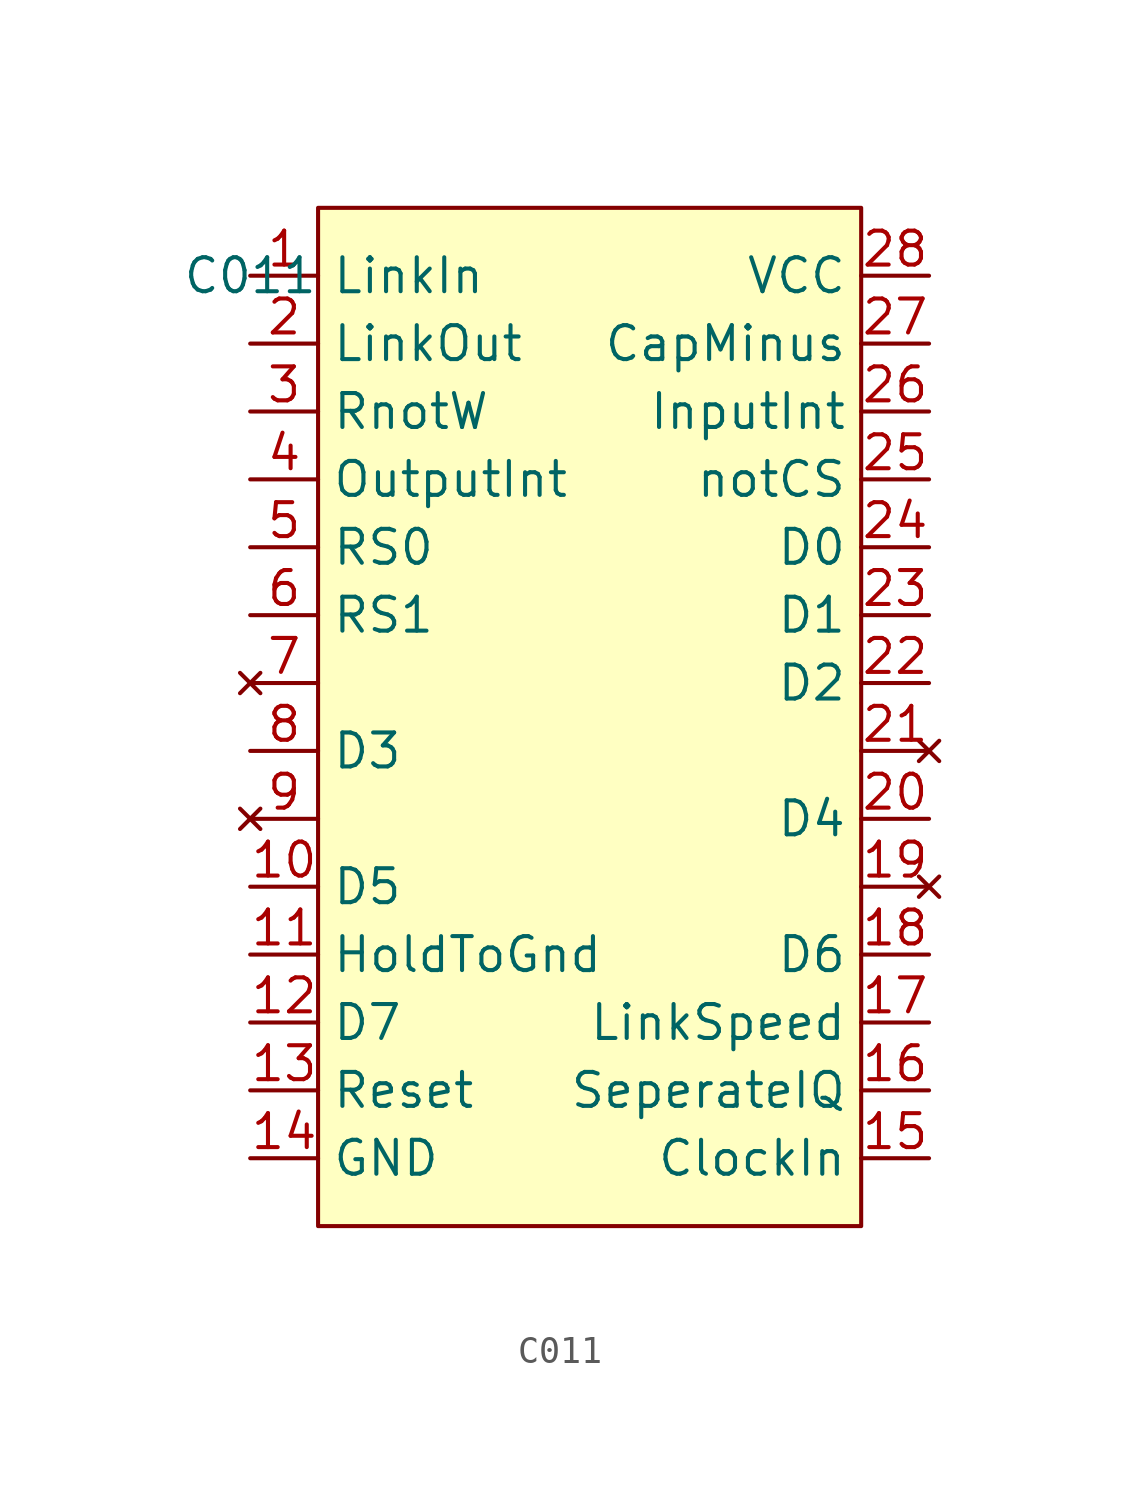
<source format=kicad_sym>
(kicad_symbol_lib
  (version 20211014)
  (generator kicad_symbol_editor)
  (symbol "C011"
    (property "Reference" "U"
      (at -12.7 17.78 0)
      (effects (font (size 1.27 1.27)) hide))
    (property "Value" "C011"
      (at -12.7 17.78 0)
      (effects (font (size 1.27 1.27))))
    (symbol "C011_0_0"
      (rectangle (start -10.16 20.32) (end 10.16 -17.78) (stroke (width 0) (type default) (color 0 0 0 0)) (fill (type background)))
      (pin input line (at -12.7 17.78 0) (length 2.54) (name "LinkIn" (effects (font (size 1.27 1.27)))) (number "1" (effects (font (size 1.27 1.27)))))
      (pin bidirectional line (at -12.7 -5.08 0) (length 2.54) (name "D5" (effects (font (size 1.27 1.27)))) (number "10" (effects (font (size 1.27 1.27)))))
      (pin power_in line (at -12.7 -7.62 0) (length 2.54) (name "HoldToGnd" (effects (font (size 1.27 1.27)))) (number "11" (effects (font (size 1.27 1.27)))))
      (pin bidirectional line (at -12.7 -10.16 0) (length 2.54) (name "D7" (effects (font (size 1.27 1.27)))) (number "12" (effects (font (size 1.27 1.27)))))
      (pin input line (at -12.7 -12.7 0) (length 2.54) (name "Reset" (effects (font (size 1.27 1.27)))) (number "13" (effects (font (size 1.27 1.27)))))
      (pin power_in line (at -12.7 -15.24 0) (length 2.54) (name "GND" (effects (font (size 1.27 1.27)))) (number "14" (effects (font (size 1.27 1.27)))))
      (pin input line (at 12.7 -15.24 180) (length 2.54) (name "ClockIn" (effects (font (size 1.27 1.27)))) (number "15" (effects (font (size 1.27 1.27)))))
      (pin input line (at 12.7 -12.7 180) (length 2.54) (name "SeperateIQ" (effects (font (size 1.27 1.27)))) (number "16" (effects (font (size 1.27 1.27)))))
      (pin passive line (at 12.7 -10.16 180) (length 2.54) (name "LinkSpeed" (effects (font (size 1.27 1.27)))) (number "17" (effects (font (size 1.27 1.27)))))
      (pin bidirectional line (at 12.7 -7.62 180) (length 2.54) (name "D6" (effects (font (size 1.27 1.27)))) (number "18" (effects (font (size 1.27 1.27)))))
      (pin no_connect line (at 12.7 -5.08 180) (length 2.54) (name "" (effects (font (size 1.27 1.27)))) (number "19" (effects (font (size 1.27 1.27)))))
      (pin output line (at -12.7 15.24 0) (length 2.54) (name "LinkOut" (effects (font (size 1.27 1.27)))) (number "2" (effects (font (size 1.27 1.27)))))
      (pin bidirectional line (at 12.7 -2.54 180) (length 2.54) (name "D4" (effects (font (size 1.27 1.27)))) (number "20" (effects (font (size 1.27 1.27)))))
      (pin no_connect line (at 12.7 0 180) (length 2.54) (name "" (effects (font (size 1.27 1.27)))) (number "21" (effects (font (size 1.27 1.27)))))
      (pin bidirectional line (at 12.7 2.54 180) (length 2.54) (name "D2" (effects (font (size 1.27 1.27)))) (number "22" (effects (font (size 1.27 1.27)))))
      (pin bidirectional line (at 12.7 5.08 180) (length 2.54) (name "D1" (effects (font (size 1.27 1.27)))) (number "23" (effects (font (size 1.27 1.27)))))
      (pin bidirectional line (at 12.7 7.62 180) (length 2.54) (name "D0" (effects (font (size 1.27 1.27)))) (number "24" (effects (font (size 1.27 1.27)))))
      (pin input line (at 12.7 10.16 180) (length 2.54) (name "notCS" (effects (font (size 1.27 1.27)))) (number "25" (effects (font (size 1.27 1.27)))))
      (pin output line (at 12.7 12.7 180) (length 2.54) (name "InputInt" (effects (font (size 1.27 1.27)))) (number "26" (effects (font (size 1.27 1.27)))))
      (pin passive line (at 12.7 15.24 180) (length 2.54) (name "CapMinus" (effects (font (size 1.27 1.27)))) (number "27" (effects (font (size 1.27 1.27)))))
      (pin power_in line (at 12.7 17.78 180) (length 2.54) (name "VCC" (effects (font (size 1.27 1.27)))) (number "28" (effects (font (size 1.27 1.27)))))
      (pin input line (at -12.7 12.7 0) (length 2.54) (name "RnotW" (effects (font (size 1.27 1.27)))) (number "3" (effects (font (size 1.27 1.27)))))
      (pin output line (at -12.7 10.16 0) (length 2.54) (name "OutputInt" (effects (font (size 1.27 1.27)))) (number "4" (effects (font (size 1.27 1.27)))))
      (pin input line (at -12.7 7.62 0) (length 2.54) (name "RS0" (effects (font (size 1.27 1.27)))) (number "5" (effects (font (size 1.27 1.27)))))
      (pin input line (at -12.7 5.08 0) (length 2.54) (name "RS1" (effects (font (size 1.27 1.27)))) (number "6" (effects (font (size 1.27 1.27)))))
      (pin no_connect line (at -12.7 2.54 0) (length 2.54) (name "" (effects (font (size 1.27 1.27)))) (number "7" (effects (font (size 1.27 1.27)))))
      (pin bidirectional line (at -12.7 0 0) (length 2.54) (name "D3" (effects (font (size 1.27 1.27)))) (number "8" (effects (font (size 1.27 1.27)))))
      (pin no_connect line (at -12.7 -2.54 0) (length 2.54) (name "" (effects (font (size 1.27 1.27)))) (number "9" (effects (font (size 1.27 1.27))))))))
</source>
